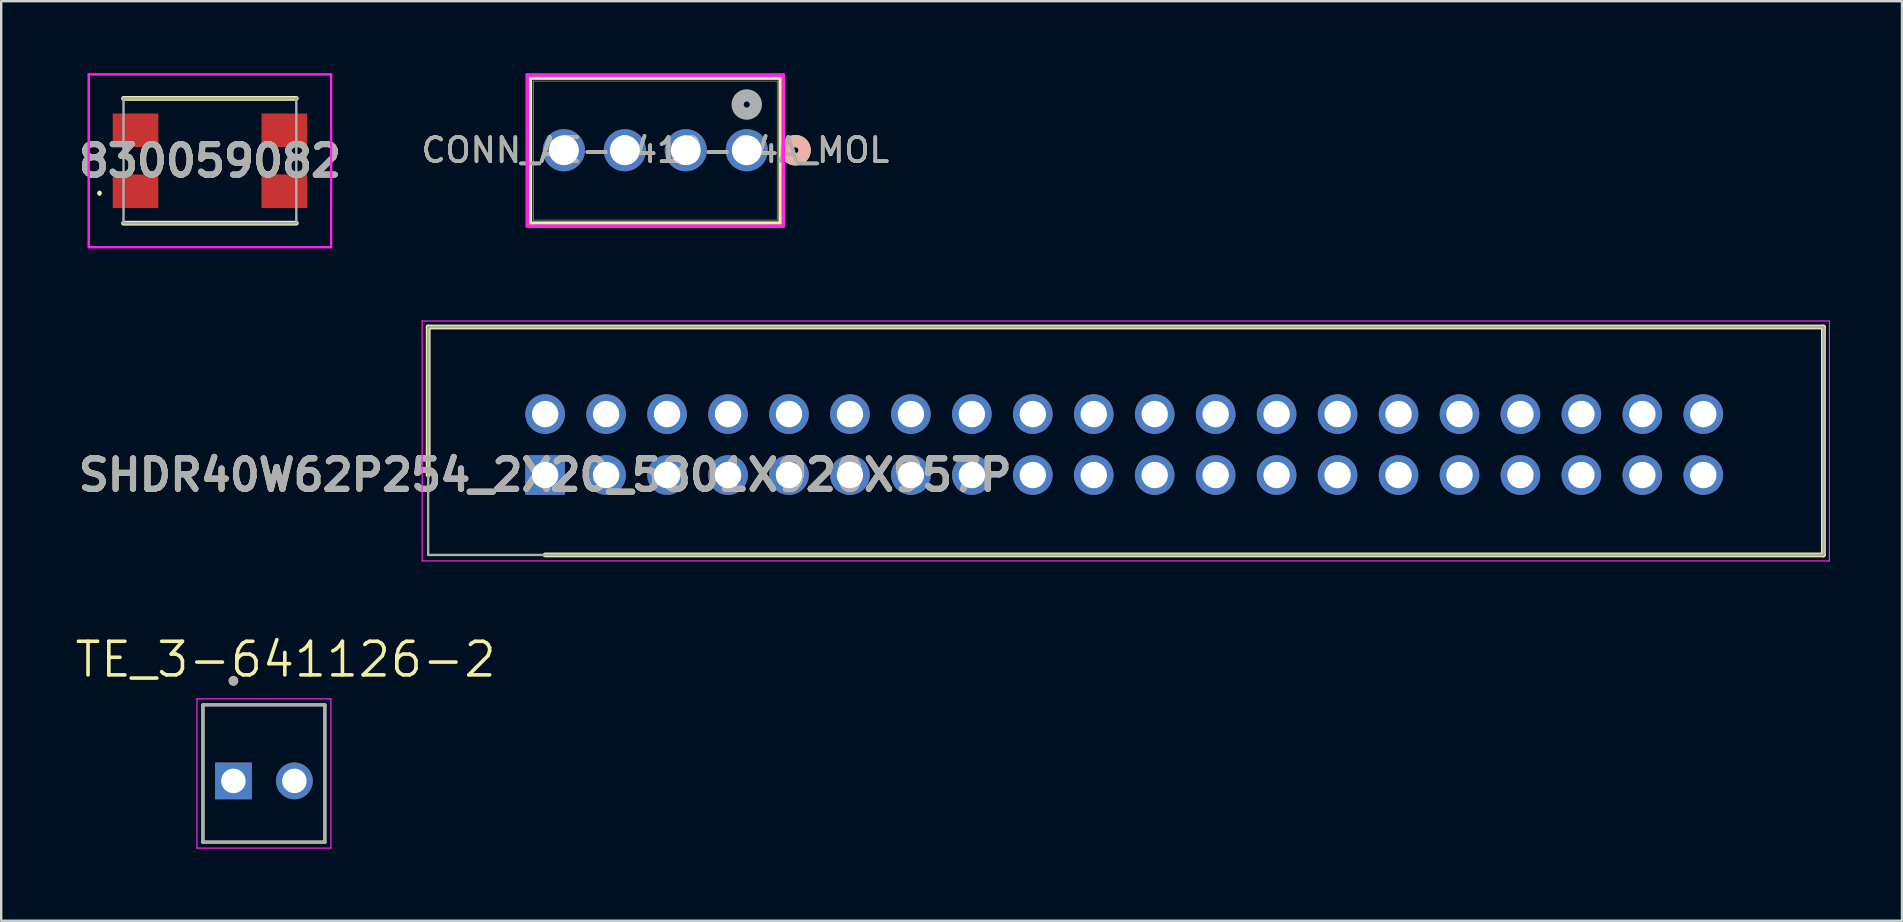
<source format=kicad_pcb>
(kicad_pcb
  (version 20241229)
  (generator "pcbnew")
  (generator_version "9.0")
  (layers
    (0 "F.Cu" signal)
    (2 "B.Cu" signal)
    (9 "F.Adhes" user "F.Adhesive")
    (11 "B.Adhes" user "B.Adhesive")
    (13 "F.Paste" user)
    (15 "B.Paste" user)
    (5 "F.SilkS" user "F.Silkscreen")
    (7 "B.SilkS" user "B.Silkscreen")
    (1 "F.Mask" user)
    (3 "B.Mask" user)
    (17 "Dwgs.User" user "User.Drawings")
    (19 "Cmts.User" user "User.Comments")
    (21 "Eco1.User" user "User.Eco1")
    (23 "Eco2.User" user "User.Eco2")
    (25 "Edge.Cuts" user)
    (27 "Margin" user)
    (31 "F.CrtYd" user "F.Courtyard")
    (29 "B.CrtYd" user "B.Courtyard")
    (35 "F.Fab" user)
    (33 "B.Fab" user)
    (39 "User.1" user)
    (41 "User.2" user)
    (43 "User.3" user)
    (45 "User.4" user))
  (footprint "830059082"
    (layer "F.Cu")
    (at 5.697 3.65)
    (property "Reference" "830059082" (at 0 0 0) (layer "F.SilkS") (effects (font (size 1.27 1.27) (thickness 0.254))))
    (attr smd)
    (fp_line (start -4.6 1.3) (end -4.6 1.3) (stroke (width 0.1) (type solid)) (layer "F.SilkS"))
    (fp_line (start -4.6 1.4) (end -4.6 1.4) (stroke (width 0.1) (type solid)) (layer "F.SilkS"))
    (fp_line (start -3.6 -2.6) (end 3.6 -2.6) (stroke (width 0.2) (type solid)) (layer "F.SilkS"))
    (fp_line (start -3.6 2.6) (end 3.6 2.6) (stroke (width 0.2) (type solid)) (layer "F.SilkS"))
    (fp_arc (start -4.6 1.3) (mid -4.55 1.35) (end -4.6 1.4) (stroke (width 0.1) (type solid)) (layer "F.SilkS"))
    (fp_arc (start -4.6 1.4) (mid -4.65 1.35) (end -4.6 1.3) (stroke (width 0.1) (type solid)) (layer "F.SilkS"))
    (fp_line (start -5.05 -3.6) (end 5.05 -3.6) (stroke (width 0.1) (type solid)) (layer "F.CrtYd"))
    (fp_line (start -5.05 3.6) (end -5.05 -3.6) (stroke (width 0.1) (type solid)) (layer "F.CrtYd"))
    (fp_line (start 5.05 -3.6) (end 5.05 3.6) (stroke (width 0.1) (type solid)) (layer "F.CrtYd"))
    (fp_line (start 5.05 3.6) (end -5.05 3.6) (stroke (width 0.1) (type solid)) (layer "F.CrtYd"))
    (fp_line (start -3.6 -2.6) (end 3.6 -2.6) (stroke (width 0.1) (type solid)) (layer "F.Fab"))
    (fp_line (start -3.6 2.6) (end -3.6 -2.6) (stroke (width 0.1) (type solid)) (layer "F.Fab"))
    (fp_line (start 3.6 -2.6) (end 3.6 2.6) (stroke (width 0.1) (type solid)) (layer "F.Fab"))
    (fp_line (start 3.6 2.6) (end -3.6 2.6) (stroke (width 0.1) (type solid)) (layer "F.Fab"))
    (fp_text user "${REFERENCE}" (at 0 0 0) (layer "F.Fab") (effects (font (size 1.27 1.27) (thickness 0.254))))
    (pad "1" smd rect (at -3.1 1.27 90) (size 1.4 1.9) (layers "F.Cu" "F.Mask" "F.Paste"))
    (pad "2" smd rect (at 3.1 1.27 90) (size 1.4 1.9) (layers "F.Cu" "F.Mask" "F.Paste"))
    (pad "3" smd rect (at 3.1 -1.27 90) (size 1.4 1.9) (layers "F.Cu" "F.Mask" "F.Paste"))
    (pad "4" smd rect (at -3.1 -1.27 90) (size 1.4 1.9) (layers "F.Cu" "F.Mask" "F.Paste")))
  (footprint "TE_3-641126-2"
    (layer "F.Cu")
    (at 7.947 29.491)
    (property "Reference" "TE_3-641126-2" (at 0.905 -5.059 0) (layer "F.SilkS") (effects (font (size 1.4 1.4) (thickness 0.15))))
    (attr through_hole)
    (fp_line (start -2.54 -3.17) (end 2.54 -3.17) (stroke (width 0.127) (type solid)) (layer "F.SilkS"))
    (fp_line (start -2.54 2.55) (end -2.54 -3.17) (stroke (width 0.127) (type solid)) (layer "F.SilkS"))
    (fp_line (start 2.54 -3.17) (end 2.54 2.55) (stroke (width 0.127) (type solid)) (layer "F.SilkS"))
    (fp_line (start 2.54 2.55) (end -2.54 2.55) (stroke (width 0.127) (type solid)) (layer "F.SilkS"))
    (fp_circle (center -1.27 -4.17) (end -1.17 -4.17) (stroke (width 0.2) (type solid)) (fill no) (layer "F.SilkS"))
    (fp_line (start -2.79 -3.42) (end 2.79 -3.42) (stroke (width 0.05) (type solid)) (layer "F.CrtYd"))
    (fp_line (start -2.79 2.8) (end -2.79 -3.42) (stroke (width 0.05) (type solid)) (layer "F.CrtYd"))
    (fp_line (start 2.79 -3.42) (end 2.79 2.8) (stroke (width 0.05) (type solid)) (layer "F.CrtYd"))
    (fp_line (start 2.79 2.8) (end -2.79 2.8) (stroke (width 0.05) (type solid)) (layer "F.CrtYd"))
    (fp_line (start -2.54 -3.17) (end 2.54 -3.17) (stroke (width 0.127) (type solid)) (layer "F.Fab"))
    (fp_line (start -2.54 2.55) (end -2.54 -3.17) (stroke (width 0.127) (type solid)) (layer "F.Fab"))
    (fp_line (start 2.54 -3.17) (end 2.54 2.55) (stroke (width 0.127) (type solid)) (layer "F.Fab"))
    (fp_line (start 2.54 2.55) (end -2.54 2.55) (stroke (width 0.127) (type solid)) (layer "F.Fab"))
    (fp_circle (center -1.27 -4.17) (end -1.17 -4.17) (stroke (width 0.2) (type solid)) (fill no) (layer "F.Fab"))
    (pad "1" thru_hole rect (at -1.27 0) (size 1.53 1.53) (drill 1.02) (layers "*.Cu" "*.Mask"))
    (pad "2" thru_hole circle (at 1.27 0) (size 1.53 1.53) (drill 1.02) (layers "*.Cu" "*.Mask")))
  (footprint "SHDR40W62P254_2X20_5801X920X957P"
    (layer "F.Cu")
    (at 19.667 16.745)
    (property "Reference" "SHDR40W62P254_2X20_5801X920X957P" (at 0 0 0) (layer "F.SilkS") (effects (font (size 1.27 1.27) (thickness 0.254))))
    (attr through_hole)
    (fp_line (start -4.875 -6.17) (end -4.875 0) (stroke (width 0.2) (type solid)) (layer "F.SilkS"))
    (fp_line (start 0 3.33) (end 53.265 3.33) (stroke (width 0.2) (type solid)) (layer "F.SilkS"))
    (fp_line (start 53.265 -6.17) (end -4.875 -6.17) (stroke (width 0.2) (type solid)) (layer "F.SilkS"))
    (fp_line (start 53.265 3.33) (end 53.265 -6.17) (stroke (width 0.2) (type solid)) (layer "F.SilkS"))
    (fp_line (start -5.125 -6.42) (end 53.515 -6.42) (stroke (width 0.05) (type solid)) (layer "F.CrtYd"))
    (fp_line (start -5.125 3.58) (end -5.125 -6.42) (stroke (width 0.05) (type solid)) (layer "F.CrtYd"))
    (fp_line (start 53.515 -6.42) (end 53.515 3.58) (stroke (width 0.05) (type solid)) (layer "F.CrtYd"))
    (fp_line (start 53.515 3.58) (end -5.125 3.58) (stroke (width 0.05) (type solid)) (layer "F.CrtYd"))
    (fp_line (start -4.875 -6.17) (end 53.265 -6.17) (stroke (width 0.1) (type solid)) (layer "F.Fab"))
    (fp_line (start -4.875 3.33) (end -4.875 -6.17) (stroke (width 0.1) (type solid)) (layer "F.Fab"))
    (fp_line (start 53.265 -6.17) (end 53.265 3.33) (stroke (width 0.1) (type solid)) (layer "F.Fab"))
    (fp_line (start 53.265 3.33) (end -4.875 3.33) (stroke (width 0.1) (type solid)) (layer "F.Fab"))
    (fp_text user "${REFERENCE}" (at 0 0 0) (layer "F.Fab") (effects (font (size 1.27 1.27) (thickness 0.254))))
    (pad "1" thru_hole rect (at 0 0) (size 1.65 1.65) (drill 1.1) (layers "*.Cu" "*.Mask"))
    (pad "2" thru_hole circle (at 0 -2.54) (size 1.65 1.65) (drill 1.1) (layers "*.Cu" "*.Mask"))
    (pad "3" thru_hole circle (at 2.54 0) (size 1.65 1.65) (drill 1.1) (layers "*.Cu" "*.Mask"))
    (pad "4" thru_hole circle (at 2.54 -2.54) (size 1.65 1.65) (drill 1.1) (layers "*.Cu" "*.Mask"))
    (pad "5" thru_hole circle (at 5.08 0) (size 1.65 1.65) (drill 1.1) (layers "*.Cu" "*.Mask"))
    (pad "6" thru_hole circle (at 5.08 -2.54) (size 1.65 1.65) (drill 1.1) (layers "*.Cu" "*.Mask"))
    (pad "7" thru_hole circle (at 7.62 0) (size 1.65 1.65) (drill 1.1) (layers "*.Cu" "*.Mask"))
    (pad "8" thru_hole circle (at 7.62 -2.54) (size 1.65 1.65) (drill 1.1) (layers "*.Cu" "*.Mask"))
    (pad "9" thru_hole circle (at 10.16 0) (size 1.65 1.65) (drill 1.1) (layers "*.Cu" "*.Mask"))
    (pad "10" thru_hole circle (at 10.16 -2.54) (size 1.65 1.65) (drill 1.1) (layers "*.Cu" "*.Mask"))
    (pad "11" thru_hole circle (at 12.7 0) (size 1.65 1.65) (drill 1.1) (layers "*.Cu" "*.Mask"))
    (pad "12" thru_hole circle (at 12.7 -2.54) (size 1.65 1.65) (drill 1.1) (layers "*.Cu" "*.Mask"))
    (pad "13" thru_hole circle (at 15.24 0) (size 1.65 1.65) (drill 1.1) (layers "*.Cu" "*.Mask"))
    (pad "14" thru_hole circle (at 15.24 -2.54) (size 1.65 1.65) (drill 1.1) (layers "*.Cu" "*.Mask"))
    (pad "15" thru_hole circle (at 17.78 0) (size 1.65 1.65) (drill 1.1) (layers "*.Cu" "*.Mask"))
    (pad "16" thru_hole circle (at 17.78 -2.54) (size 1.65 1.65) (drill 1.1) (layers "*.Cu" "*.Mask"))
    (pad "17" thru_hole circle (at 20.32 0) (size 1.65 1.65) (drill 1.1) (layers "*.Cu" "*.Mask"))
    (pad "18" thru_hole circle (at 20.32 -2.54) (size 1.65 1.65) (drill 1.1) (layers "*.Cu" "*.Mask"))
    (pad "19" thru_hole circle (at 22.86 0) (size 1.65 1.65) (drill 1.1) (layers "*.Cu" "*.Mask"))
    (pad "20" thru_hole circle (at 22.86 -2.54) (size 1.65 1.65) (drill 1.1) (layers "*.Cu" "*.Mask"))
    (pad "21" thru_hole circle (at 25.4 0) (size 1.65 1.65) (drill 1.1) (layers "*.Cu" "*.Mask"))
    (pad "22" thru_hole circle (at 25.4 -2.54) (size 1.65 1.65) (drill 1.1) (layers "*.Cu" "*.Mask"))
    (pad "23" thru_hole circle (at 27.94 0) (size 1.65 1.65) (drill 1.1) (layers "*.Cu" "*.Mask"))
    (pad "24" thru_hole circle (at 27.94 -2.54) (size 1.65 1.65) (drill 1.1) (layers "*.Cu" "*.Mask"))
    (pad "25" thru_hole circle (at 30.48 0) (size 1.65 1.65) (drill 1.1) (layers "*.Cu" "*.Mask"))
    (pad "26" thru_hole circle (at 30.48 -2.54) (size 1.65 1.65) (drill 1.1) (layers "*.Cu" "*.Mask"))
    (pad "27" thru_hole circle (at 33.02 0) (size 1.65 1.65) (drill 1.1) (layers "*.Cu" "*.Mask"))
    (pad "28" thru_hole circle (at 33.02 -2.54) (size 1.65 1.65) (drill 1.1) (layers "*.Cu" "*.Mask"))
    (pad "29" thru_hole circle (at 35.56 0) (size 1.65 1.65) (drill 1.1) (layers "*.Cu" "*.Mask"))
    (pad "30" thru_hole circle (at 35.56 -2.54) (size 1.65 1.65) (drill 1.1) (layers "*.Cu" "*.Mask"))
    (pad "31" thru_hole circle (at 38.1 0) (size 1.65 1.65) (drill 1.1) (layers "*.Cu" "*.Mask"))
    (pad "32" thru_hole circle (at 38.1 -2.54) (size 1.65 1.65) (drill 1.1) (layers "*.Cu" "*.Mask"))
    (pad "33" thru_hole circle (at 40.64 0) (size 1.65 1.65) (drill 1.1) (layers "*.Cu" "*.Mask"))
    (pad "34" thru_hole circle (at 40.64 -2.54) (size 1.65 1.65) (drill 1.1) (layers "*.Cu" "*.Mask"))
    (pad "35" thru_hole circle (at 43.18 0) (size 1.65 1.65) (drill 1.1) (layers "*.Cu" "*.Mask"))
    (pad "36" thru_hole circle (at 43.18 -2.54) (size 1.65 1.65) (drill 1.1) (layers "*.Cu" "*.Mask"))
    (pad "37" thru_hole circle (at 45.72 0) (size 1.65 1.65) (drill 1.1) (layers "*.Cu" "*.Mask"))
    (pad "38" thru_hole circle (at 45.72 -2.54) (size 1.65 1.65) (drill 1.1) (layers "*.Cu" "*.Mask"))
    (pad "39" thru_hole circle (at 48.26 0) (size 1.65 1.65) (drill 1.1) (layers "*.Cu" "*.Mask"))
    (pad "40" thru_hole circle (at 48.26 -2.54) (size 1.65 1.65) (drill 1.1) (layers "*.Cu" "*.Mask")))
  (footprint "CONN_AE-6410-04A_MOL"
    (layer "F.Cu")
    (at 28.067 3.21)
    (property "Reference" "CONN_AE-6410-04A_MOL" (at -3.81 0 0) (unlocked yes) (layer "F.SilkS") (effects (font (size 1 1) (thickness 0.15))))
    (attr through_hole)
    (fp_line (start -9.017 -3.007) (end -9.017 3.038) (stroke (width 0.152) (type solid)) (layer "F.SilkS"))
    (fp_line (start -9.017 3.038) (end 1.397 3.038) (stroke (width 0.152) (type solid)) (layer "F.SilkS"))
    (fp_line (start 1.397 -3.007) (end -9.017 -3.007) (stroke (width 0.152) (type solid)) (layer "F.SilkS"))
    (fp_line (start 1.397 3.038) (end 1.397 -3.007) (stroke (width 0.152) (type solid)) (layer "F.SilkS"))
    (fp_circle (center 2.032 0) (end 2.413 0) (stroke (width 0.508) (type solid)) (fill no) (layer "F.SilkS"))
    (fp_circle (center 2.032 0) (end 2.413 0) (stroke (width 0.508) (type solid)) (fill no) (layer "B.SilkS"))
    (fp_line (start -9.144 -3.134) (end -9.144 3.165) (stroke (width 0.152) (type solid)) (layer "F.CrtYd"))
    (fp_line (start -9.144 3.165) (end 1.524 3.165) (stroke (width 0.152) (type solid)) (layer "F.CrtYd"))
    (fp_line (start 1.524 -3.134) (end -9.144 -3.134) (stroke (width 0.152) (type solid)) (layer "F.CrtYd"))
    (fp_line (start 1.524 3.165) (end 1.524 -3.134) (stroke (width 0.152) (type solid)) (layer "F.CrtYd"))
    (fp_line (start -8.89 -2.88) (end -8.89 2.911) (stroke (width 0.025) (type solid)) (layer "F.Fab"))
    (fp_line (start -8.89 2.911) (end 1.27 2.911) (stroke (width 0.025) (type solid)) (layer "F.Fab"))
    (fp_line (start 1.27 -2.88) (end -8.89 -2.88) (stroke (width 0.025) (type solid)) (layer "F.Fab"))
    (fp_line (start 1.27 2.911) (end 1.27 -2.88) (stroke (width 0.025) (type solid)) (layer "F.Fab"))
    (fp_circle (center 0 -1.905) (end 0.381 -1.905) (stroke (width 0.508) (type solid)) (fill no) (layer "F.Fab"))
    (fp_text user "${REFERENCE}" (at -3.81 0 0) (unlocked yes) (layer "F.Fab") (effects (font (size 1 1) (thickness 0.15))))
    (pad "1" thru_hole circle (at 0 0) (size 1.753 1.753) (drill 1.245) (layers "*.Cu" "*.Mask"))
    (pad "2" thru_hole circle (at -2.54 0) (size 1.753 1.753) (drill 1.245) (layers "*.Cu" "*.Mask"))
    (pad "3" thru_hole circle (at -5.08 0) (size 1.753 1.753) (drill 1.245) (layers "*.Cu" "*.Mask"))
    (pad "4" thru_hole circle (at -7.62 0) (size 1.753 1.753) (drill 1.245) (layers "*.Cu" "*.Mask")))
  (gr_rect
    (start -3 -3)
    (end 76.207 35.316)
    (stroke (width 0.1) (type default))
    (fill no)
    (layer "Edge.Cuts")))
</source>
